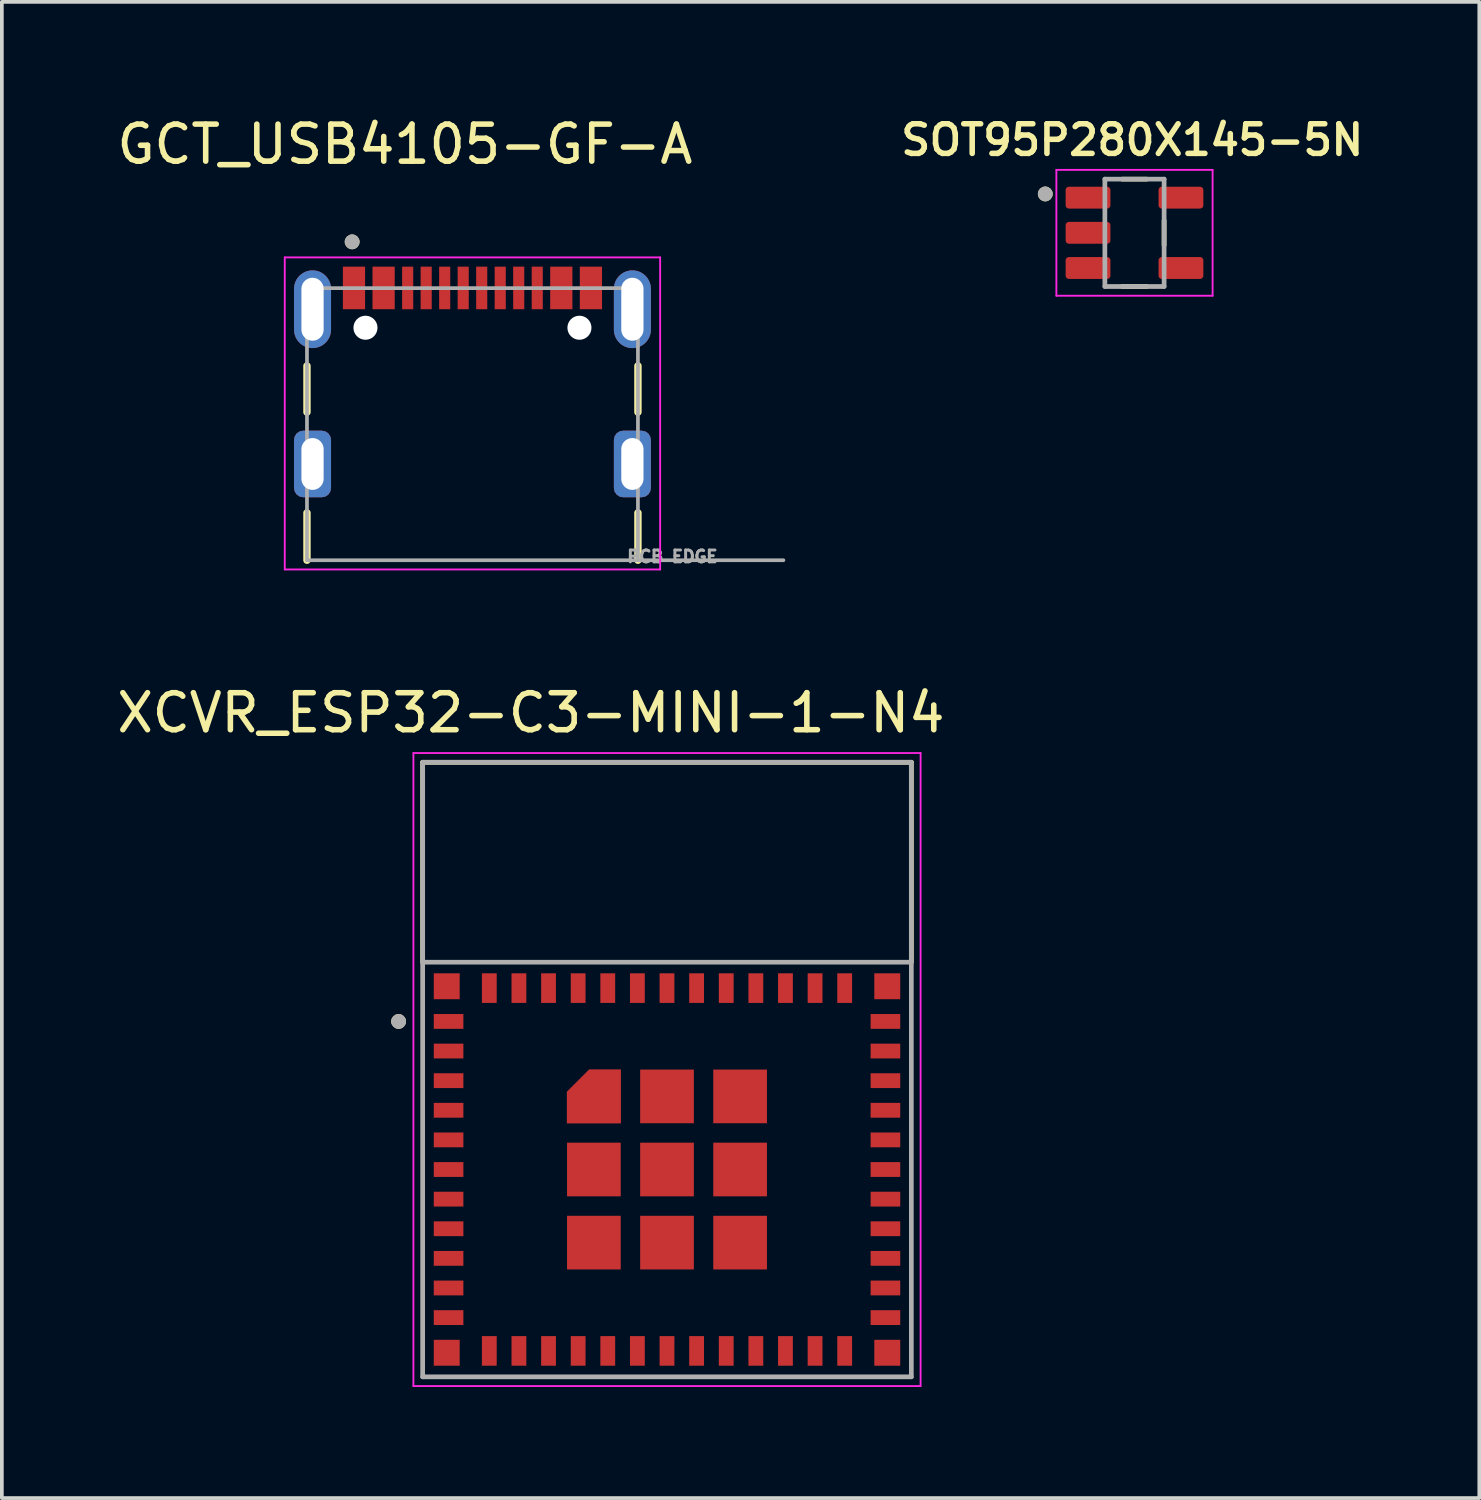
<source format=kicad_pcb>
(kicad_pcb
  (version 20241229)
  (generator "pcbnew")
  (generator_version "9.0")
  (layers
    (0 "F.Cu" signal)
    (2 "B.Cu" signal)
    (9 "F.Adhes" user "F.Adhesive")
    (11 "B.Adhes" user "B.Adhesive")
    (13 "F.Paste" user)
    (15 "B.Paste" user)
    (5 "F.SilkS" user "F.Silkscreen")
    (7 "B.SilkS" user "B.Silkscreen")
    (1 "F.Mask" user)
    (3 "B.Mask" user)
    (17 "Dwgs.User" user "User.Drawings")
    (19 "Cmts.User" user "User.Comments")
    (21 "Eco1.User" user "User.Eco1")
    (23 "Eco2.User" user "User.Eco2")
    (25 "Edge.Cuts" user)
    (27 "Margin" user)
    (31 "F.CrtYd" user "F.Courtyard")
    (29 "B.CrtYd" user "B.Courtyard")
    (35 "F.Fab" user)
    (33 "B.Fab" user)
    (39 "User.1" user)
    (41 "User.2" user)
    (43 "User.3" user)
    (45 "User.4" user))
  (footprint "GCT_USB4105-GF-A"
    (layer "F.Cu")
    (at 9.712 9.483)
    (property "Reference" "GCT_USB4105-GF-A" (at -1.825 -8.635 0) (layer "F.SilkS") (effects (font (size 1 1) (thickness 0.15))))
    (attr smd)
    (fp_line (start -4.47 -2.65) (end -4.47 -1.4) (stroke (width 0.2) (type solid)) (layer "F.SilkS"))
    (fp_line (start -4.47 1.32) (end -4.47 2.6) (stroke (width 0.2) (type solid)) (layer "F.SilkS"))
    (fp_line (start 4.47 -2.65) (end 4.47 -1.4) (stroke (width 0.2) (type solid)) (layer "F.SilkS"))
    (fp_line (start 4.47 2.6) (end 4.47 1.32) (stroke (width 0.2) (type solid)) (layer "F.SilkS"))
    (fp_circle (center -3.25 -6) (end -3.15 -6) (stroke (width 0.2) (type solid)) (fill no) (layer "F.SilkS"))
    (fp_line (start -5.07 -5.58) (end -5.07 2.85) (stroke (width 0.05) (type solid)) (layer "F.CrtYd"))
    (fp_line (start -5.07 2.85) (end 5.07 2.85) (stroke (width 0.05) (type solid)) (layer "F.CrtYd"))
    (fp_line (start 5.07 -5.58) (end -5.07 -5.58) (stroke (width 0.05) (type solid)) (layer "F.CrtYd"))
    (fp_line (start 5.07 2.85) (end 5.07 -5.58) (stroke (width 0.05) (type solid)) (layer "F.CrtYd"))
    (fp_line (start -4.47 -4.75) (end 4.47 -4.75) (stroke (width 0.1) (type solid)) (layer "F.Fab"))
    (fp_line (start -4.47 2.6) (end -4.47 -4.75) (stroke (width 0.1) (type solid)) (layer "F.Fab"))
    (fp_line (start 4.47 -4.75) (end 4.47 2.6) (stroke (width 0.1) (type solid)) (layer "F.Fab"))
    (fp_line (start 4.47 2.6) (end -4.47 2.6) (stroke (width 0.1) (type solid)) (layer "F.Fab"))
    (fp_line (start 4.47 2.6) (end 8.4 2.6) (stroke (width 0.1) (type solid)) (layer "F.Fab"))
    (fp_circle (center -3.25 -6) (end -3.15 -6) (stroke (width 0.2) (type solid)) (fill no) (layer "F.Fab"))
    (fp_text user "PCB EDGE" (at 5.4 2.5 0) (layer "F.Fab") (effects (font (size 0.32 0.32) (thickness 0.15))))
    (pad "" np_thru_hole circle (at -2.89 -3.68) (size 0.65 0.65) (drill 0.65) (layers "*.Cu" "*.Mask"))
    (pad "" np_thru_hole circle (at 2.89 -3.68) (size 0.65 0.65) (drill 0.65) (layers "*.Cu" "*.Mask"))
    (pad "A1_B12" smd rect (at -3.2 -4.755) (size 0.6 1.15) (layers "F.Cu" "F.Mask" "F.Paste"))
    (pad "A4_B9" smd rect (at -2.4 -4.755) (size 0.6 1.15) (layers "F.Cu" "F.Mask" "F.Paste"))
    (pad "A5" smd rect (at -1.25 -4.755) (size 0.3 1.15) (layers "F.Cu" "F.Mask" "F.Paste"))
    (pad "A6" smd rect (at -0.25 -4.755) (size 0.3 1.15) (layers "F.Cu" "F.Mask" "F.Paste"))
    (pad "A7" smd rect (at 0.25 -4.755) (size 0.3 1.15) (layers "F.Cu" "F.Mask" "F.Paste"))
    (pad "A8" smd rect (at 1.25 -4.755) (size 0.3 1.15) (layers "F.Cu" "F.Mask" "F.Paste"))
    (pad "B1_A12" smd rect (at 3.2 -4.755) (size 0.6 1.15) (layers "F.Cu" "F.Mask" "F.Paste"))
    (pad "B4_A9" smd rect (at 2.4 -4.755) (size 0.6 1.15) (layers "F.Cu" "F.Mask" "F.Paste"))
    (pad "B5" smd rect (at 1.75 -4.755) (size 0.3 1.15) (layers "F.Cu" "F.Mask" "F.Paste"))
    (pad "B6" smd rect (at 0.75 -4.755) (size 0.3 1.15) (layers "F.Cu" "F.Mask" "F.Paste"))
    (pad "B7" smd rect (at -0.75 -4.755) (size 0.3 1.15) (layers "F.Cu" "F.Mask" "F.Paste"))
    (pad "B8" smd rect (at -1.75 -4.755) (size 0.3 1.15) (layers "F.Cu" "F.Mask" "F.Paste"))
    (pad "SH1" thru_hole oval (at -4.32 -4.18) (size 1 2.1) (drill oval 0.6 1.7) (layers "*.Cu" "*.Mask"))
    (pad "SH2" thru_hole oval (at 4.32 -4.18) (size 1 2.1) (drill oval 0.6 1.7) (layers "*.Cu" "*.Mask"))
    (pad "SH3" thru_hole roundrect (at -4.32 0) (size 1 1.8) (drill oval 0.6 1.4) (layers "*.Cu" "*.Mask") (roundrect_rratio 0.25))
    (pad "SH4" thru_hole roundrect (at 4.32 0) (size 1 1.8) (drill oval 0.6 1.4) (layers "*.Cu" "*.Mask") (roundrect_rratio 0.25)))
  (footprint "XCVR_ESP32-C3-MINI-1-N4"
    (layer "F.Cu")
    (at 14.967 25.841)
    (property "Reference" "XCVR_ESP32-C3-MINI-1-N4" (at -3.675 -9.635 0) (layer "F.SilkS") (effects (font (size 1 1) (thickness 0.15))))
    (attr smd)
    (fp_poly (pts (xy -1.15 1.55) (xy -2.8 1.55) (xy -2.8 0.56) (xy -2.14 -0.1) (xy -1.15 -0.1)) (stroke (width 0.01) (type solid)) (fill yes) (layer "F.Mask"))
    (fp_line (start -6.6 -8.3) (end 6.6 -8.3) (stroke (width 0.127) (type solid)) (layer "F.SilkS"))
    (fp_line (start -6.6 -2.92) (end -6.6 -8.3) (stroke (width 0.127) (type solid)) (layer "F.SilkS"))
    (fp_line (start 6.6 -8.3) (end 6.6 -2.92) (stroke (width 0.127) (type solid)) (layer "F.SilkS"))
    (fp_circle (center -7.25 -1.3) (end -7.15 -1.3) (stroke (width 0.2) (type solid)) (fill no) (layer "F.SilkS"))
    (fp_poly (pts (xy -1.25 1.45) (xy -2.7 1.45) (xy -2.7 0.6) (xy -2.1 0) (xy -1.25 0)) (stroke (width 0.01) (type solid)) (fill yes) (layer "F.Paste"))
    (fp_line (start -6.85 -8.55) (end -6.85 8.55) (stroke (width 0.05) (type solid)) (layer "F.CrtYd"))
    (fp_line (start -6.85 8.55) (end 6.85 8.55) (stroke (width 0.05) (type solid)) (layer "F.CrtYd"))
    (fp_line (start 6.85 -8.55) (end -6.85 -8.55) (stroke (width 0.05) (type solid)) (layer "F.CrtYd"))
    (fp_line (start 6.85 8.55) (end 6.85 -8.55) (stroke (width 0.05) (type solid)) (layer "F.CrtYd"))
    (fp_line (start -6.6 -8.3) (end 6.6 -8.3) (stroke (width 0.127) (type solid)) (layer "F.Fab"))
    (fp_line (start -6.6 -2.9) (end -6.6 -8.3) (stroke (width 0.127) (type solid)) (layer "F.Fab"))
    (fp_line (start -6.6 -2.9) (end 6.6 -2.9) (stroke (width 0.127) (type solid)) (layer "F.Fab"))
    (fp_line (start -6.6 8.3) (end -6.6 -2.9) (stroke (width 0.127) (type solid)) (layer "F.Fab"))
    (fp_line (start 6.6 -8.3) (end 6.6 -2.9) (stroke (width 0.127) (type solid)) (layer "F.Fab"))
    (fp_line (start 6.6 -2.9) (end 6.6 8.3) (stroke (width 0.127) (type solid)) (layer "F.Fab"))
    (fp_line (start 6.6 8.3) (end -6.6 8.3) (stroke (width 0.127) (type solid)) (layer "F.Fab"))
    (fp_circle (center -7.25 -1.3) (end -7.15 -1.3) (stroke (width 0.2) (type solid)) (fill no) (layer "F.Fab"))
    (pad "1" smd rect (at -5.9 -1.3) (size 0.8 0.4) (layers "F.Cu" "F.Mask" "F.Paste"))
    (pad "2" smd rect (at -5.9 -0.5) (size 0.8 0.4) (layers "F.Cu" "F.Mask" "F.Paste"))
    (pad "3" smd rect (at -5.9 0.3) (size 0.8 0.4) (layers "F.Cu" "F.Mask" "F.Paste"))
    (pad "4" smd rect (at -5.9 1.1) (size 0.8 0.4) (layers "F.Cu" "F.Mask" "F.Paste"))
    (pad "5" smd rect (at -5.9 1.9) (size 0.8 0.4) (layers "F.Cu" "F.Mask" "F.Paste"))
    (pad "6" smd rect (at -5.9 2.7) (size 0.8 0.4) (layers "F.Cu" "F.Mask" "F.Paste"))
    (pad "7" smd rect (at -5.9 3.5) (size 0.8 0.4) (layers "F.Cu" "F.Mask" "F.Paste"))
    (pad "8" smd rect (at -5.9 4.3) (size 0.8 0.4) (layers "F.Cu" "F.Mask" "F.Paste"))
    (pad "9" smd rect (at -5.9 5.1) (size 0.8 0.4) (layers "F.Cu" "F.Mask" "F.Paste"))
    (pad "10" smd rect (at -5.9 5.9) (size 0.8 0.4) (layers "F.Cu" "F.Mask" "F.Paste"))
    (pad "11" smd rect (at -5.9 6.7) (size 0.8 0.4) (layers "F.Cu" "F.Mask" "F.Paste"))
    (pad "12" smd rect (at -4.8 7.6) (size 0.4 0.8) (layers "F.Cu" "F.Mask" "F.Paste"))
    (pad "13" smd rect (at -4 7.6) (size 0.4 0.8) (layers "F.Cu" "F.Mask" "F.Paste"))
    (pad "14" smd rect (at -3.2 7.6) (size 0.4 0.8) (layers "F.Cu" "F.Mask" "F.Paste"))
    (pad "15" smd rect (at -2.4 7.6) (size 0.4 0.8) (layers "F.Cu" "F.Mask" "F.Paste"))
    (pad "16" smd rect (at -1.6 7.6) (size 0.4 0.8) (layers "F.Cu" "F.Mask" "F.Paste"))
    (pad "17" smd rect (at -0.8 7.6) (size 0.4 0.8) (layers "F.Cu" "F.Mask" "F.Paste"))
    (pad "18" smd rect (at 0 7.6) (size 0.4 0.8) (layers "F.Cu" "F.Mask" "F.Paste"))
    (pad "19" smd rect (at 0.8 7.6) (size 0.4 0.8) (layers "F.Cu" "F.Mask" "F.Paste"))
    (pad "20" smd rect (at 1.6 7.6) (size 0.4 0.8) (layers "F.Cu" "F.Mask" "F.Paste"))
    (pad "21" smd rect (at 2.4 7.6) (size 0.4 0.8) (layers "F.Cu" "F.Mask" "F.Paste"))
    (pad "22" smd rect (at 3.2 7.6) (size 0.4 0.8) (layers "F.Cu" "F.Mask" "F.Paste"))
    (pad "23" smd rect (at 4 7.6) (size 0.4 0.8) (layers "F.Cu" "F.Mask" "F.Paste"))
    (pad "24" smd rect (at 4.8 7.6) (size 0.4 0.8) (layers "F.Cu" "F.Mask" "F.Paste"))
    (pad "25" smd rect (at 5.9 6.7) (size 0.8 0.4) (layers "F.Cu" "F.Mask" "F.Paste"))
    (pad "26" smd rect (at 5.9 5.9) (size 0.8 0.4) (layers "F.Cu" "F.Mask" "F.Paste"))
    (pad "27" smd rect (at 5.9 5.1) (size 0.8 0.4) (layers "F.Cu" "F.Mask" "F.Paste"))
    (pad "28" smd rect (at 5.9 4.3) (size 0.8 0.4) (layers "F.Cu" "F.Mask" "F.Paste"))
    (pad "29" smd rect (at 5.9 3.5) (size 0.8 0.4) (layers "F.Cu" "F.Mask" "F.Paste"))
    (pad "30" smd rect (at 5.9 2.7) (size 0.8 0.4) (layers "F.Cu" "F.Mask" "F.Paste"))
    (pad "31" smd rect (at 5.9 1.9) (size 0.8 0.4) (layers "F.Cu" "F.Mask" "F.Paste"))
    (pad "32" smd rect (at 5.9 1.1) (size 0.8 0.4) (layers "F.Cu" "F.Mask" "F.Paste"))
    (pad "33" smd rect (at 5.9 0.3) (size 0.8 0.4) (layers "F.Cu" "F.Mask" "F.Paste"))
    (pad "34" smd rect (at 5.9 -0.5) (size 0.8 0.4) (layers "F.Cu" "F.Mask" "F.Paste"))
    (pad "35" smd rect (at 5.9 -1.3) (size 0.8 0.4) (layers "F.Cu" "F.Mask" "F.Paste"))
    (pad "36" smd rect (at 4.8 -2.2) (size 0.4 0.8) (layers "F.Cu" "F.Mask" "F.Paste"))
    (pad "37" smd rect (at 4 -2.2) (size 0.4 0.8) (layers "F.Cu" "F.Mask" "F.Paste"))
    (pad "38" smd rect (at 3.2 -2.2) (size 0.4 0.8) (layers "F.Cu" "F.Mask" "F.Paste"))
    (pad "39" smd rect (at 2.4 -2.2) (size 0.4 0.8) (layers "F.Cu" "F.Mask" "F.Paste"))
    (pad "40" smd rect (at 1.6 -2.2) (size 0.4 0.8) (layers "F.Cu" "F.Mask" "F.Paste"))
    (pad "41" smd rect (at 0.8 -2.2) (size 0.4 0.8) (layers "F.Cu" "F.Mask" "F.Paste"))
    (pad "42" smd rect (at 0 -2.2) (size 0.4 0.8) (layers "F.Cu" "F.Mask" "F.Paste"))
    (pad "43" smd rect (at -0.8 -2.2) (size 0.4 0.8) (layers "F.Cu" "F.Mask" "F.Paste"))
    (pad "44" smd rect (at -1.6 -2.2) (size 0.4 0.8) (layers "F.Cu" "F.Mask" "F.Paste"))
    (pad "45" smd rect (at -2.4 -2.2) (size 0.4 0.8) (layers "F.Cu" "F.Mask" "F.Paste"))
    (pad "46" smd rect (at -3.2 -2.2) (size 0.4 0.8) (layers "F.Cu" "F.Mask" "F.Paste"))
    (pad "47" smd rect (at -4 -2.2) (size 0.4 0.8) (layers "F.Cu" "F.Mask" "F.Paste"))
    (pad "48" smd rect (at -4.8 -2.2) (size 0.4 0.8) (layers "F.Cu" "F.Mask" "F.Paste"))
    (pad "49_1" smd custom (at -1.975 0.725) (size 0.6 0.6) (layers "F.Cu") (options (anchor rect)) (primitives (gr_poly (pts (xy 0.725 0.725) (xy -0.725 0.725) (xy -0.725 -0.125) (xy -0.125 -0.725) (xy 0.725 -0.725)) (width 0.01) (fill yes))))
    (pad "49_2" smd rect (at 0 0.725) (size 1.45 1.45) (layers "F.Cu" "F.Mask" "F.Paste"))
    (pad "49_3" smd rect (at 1.975 0.725) (size 1.45 1.45) (layers "F.Cu" "F.Mask" "F.Paste"))
    (pad "49_4" smd rect (at 1.975 2.7) (size 1.45 1.45) (layers "F.Cu" "F.Mask" "F.Paste"))
    (pad "49_5" smd rect (at 1.975 4.675) (size 1.45 1.45) (layers "F.Cu" "F.Mask" "F.Paste"))
    (pad "49_6" smd rect (at 0 4.675) (size 1.45 1.45) (layers "F.Cu" "F.Mask" "F.Paste"))
    (pad "49_7" smd rect (at -1.975 4.675) (size 1.45 1.45) (layers "F.Cu" "F.Mask" "F.Paste"))
    (pad "49_8" smd rect (at -1.975 2.7) (size 1.45 1.45) (layers "F.Cu" "F.Mask" "F.Paste"))
    (pad "49_9" smd rect (at 0 2.7) (size 1.45 1.45) (layers "F.Cu" "F.Mask" "F.Paste"))
    (pad "50" smd rect (at 5.95 -2.25) (size 0.7 0.7) (layers "F.Cu" "F.Mask" "F.Paste"))
    (pad "51" smd rect (at 5.95 7.65) (size 0.7 0.7) (layers "F.Cu" "F.Mask" "F.Paste"))
    (pad "52" smd rect (at -5.95 7.65) (size 0.7 0.7) (layers "F.Cu" "F.Mask" "F.Paste"))
    (pad "53" smd rect (at -5.95 -2.25) (size 0.7 0.7) (layers "F.Cu" "F.Mask" "F.Paste"))
    (zone (net_name "") (layer "F.Cu") (hatch full 0.508) (connect_pads) (min_thickness 0.01) (filled_areas_thickness no) (keepout (tracks not_allowed) (vias not_allowed) (pads not_allowed) (copperpour not_allowed) (footprints allowed)) (placement (enabled no)) (fill) (polygon (pts (xy 8.367 17.541) (xy 21.567 17.541) (xy 21.567 22.942) (xy 8.367 22.942))))
    (zone (net_name "") (layers "F.Cu" "B.Cu") (hatch full 0.508) (connect_pads) (min_thickness 0.01) (filled_areas_thickness no) (keepout (tracks allowed) (vias not_allowed) (pads allowed) (copperpour allowed) (footprints allowed)) (placement (enabled no)) (fill) (polygon (pts (xy 8.367 17.541) (xy 21.567 17.541) (xy 21.567 22.942) (xy 8.367 22.942))))
    (zone (net_name "") (layer "B.Cu") (hatch full 0.508) (connect_pads) (min_thickness 0.01) (filled_areas_thickness no) (keepout (tracks not_allowed) (vias not_allowed) (pads not_allowed) (copperpour not_allowed) (footprints allowed)) (placement (enabled no)) (fill) (polygon (pts (xy 8.367 17.541) (xy 21.567 17.541) (xy 21.567 22.942) (xy 8.367 22.942)))))
  (footprint "SOT95P280X145-5N"
    (layer "F.Cu")
    (at 27.595 3.239)
    (property "Reference" "SOT95P280X145-5N" (at -0.06 -2.508 0) (layer "F.SilkS") (effects (font (size 0.8 0.8) (thickness 0.15))))
    (attr smd)
    (fp_line (start -0.33 -1.45) (end 0.33 -1.45) (stroke (width 0.127) (type solid)) (layer "F.SilkS"))
    (fp_line (start 0.33 1.45) (end -0.33 1.45) (stroke (width 0.127) (type solid)) (layer "F.SilkS"))
    (fp_line (start 0.8 -0.335) (end 0.8 0.335) (stroke (width 0.127) (type solid)) (layer "F.SilkS"))
    (fp_circle (center -2.41 -1.05) (end -2.31 -1.05) (stroke (width 0.2) (type solid)) (fill no) (layer "F.SilkS"))
    (fp_line (start -2.11 -1.7) (end 2.11 -1.7) (stroke (width 0.05) (type solid)) (layer "F.CrtYd"))
    (fp_line (start -2.11 1.7) (end -2.11 -1.7) (stroke (width 0.05) (type solid)) (layer "F.CrtYd"))
    (fp_line (start 2.11 -1.7) (end 2.11 1.7) (stroke (width 0.05) (type solid)) (layer "F.CrtYd"))
    (fp_line (start 2.11 1.7) (end -2.11 1.7) (stroke (width 0.05) (type solid)) (layer "F.CrtYd"))
    (fp_line (start -0.8 -1.45) (end 0.8 -1.45) (stroke (width 0.127) (type solid)) (layer "F.Fab"))
    (fp_line (start -0.8 1.45) (end -0.8 -1.45) (stroke (width 0.127) (type solid)) (layer "F.Fab"))
    (fp_line (start 0.8 -1.45) (end 0.8 1.45) (stroke (width 0.127) (type solid)) (layer "F.Fab"))
    (fp_line (start 0.8 1.45) (end -0.8 1.45) (stroke (width 0.127) (type solid)) (layer "F.Fab"))
    (fp_circle (center -2.41 -1.05) (end -2.31 -1.05) (stroke (width 0.2) (type solid)) (fill no) (layer "F.Fab"))
    (pad "1" smd roundrect (at -1.255 -0.95) (size 1.21 0.59) (layers "F.Cu" "F.Mask" "F.Paste") (roundrect_rratio 0.15))
    (pad "2" smd roundrect (at -1.255 0) (size 1.21 0.59) (layers "F.Cu" "F.Mask" "F.Paste") (roundrect_rratio 0.15))
    (pad "3" smd roundrect (at -1.255 0.95) (size 1.21 0.59) (layers "F.Cu" "F.Mask" "F.Paste") (roundrect_rratio 0.15))
    (pad "4" smd roundrect (at 1.255 0.95) (size 1.21 0.59) (layers "F.Cu" "F.Mask" "F.Paste") (roundrect_rratio 0.15))
    (pad "5" smd roundrect (at 1.255 -0.95) (size 1.21 0.59) (layers "F.Cu" "F.Mask" "F.Paste") (roundrect_rratio 0.15)))
  (gr_rect
    (start -3 -3)
    (end 36.909 37.416)
    (stroke (width 0.1) (type default))
    (fill no)
    (layer "Edge.Cuts")))
</source>
